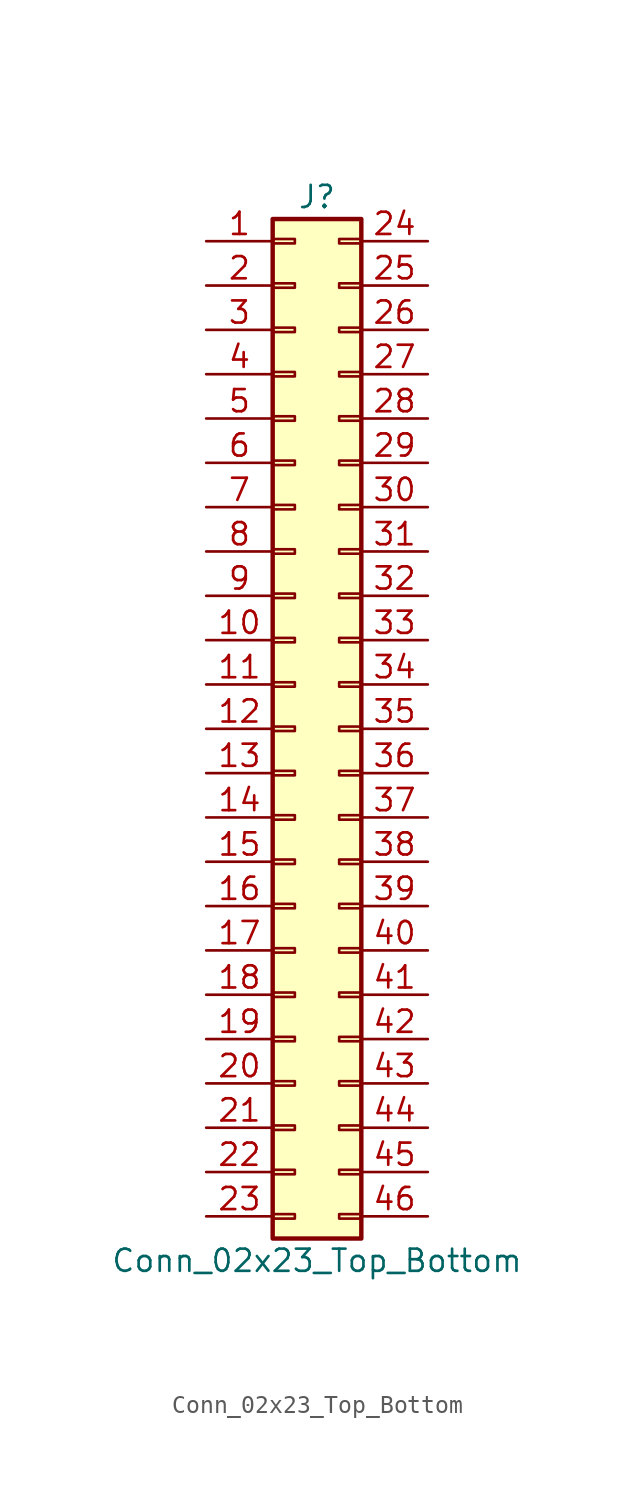
<source format=kicad_sym>
(kicad_symbol_lib
  (version 20211014)
  (generator kicad_symbol_editor)
  (symbol "Conn_02x23_Top_Bottom"
    (pin_names
      (offset 1.016) hide)
    (property "Reference" "J"
      (at 1.27 30.48 0)
      (effects (font (size 1.27 1.27))))
    (property "Value" "Conn_02x23_Top_Bottom"
      (at 1.27 -30.48 0)
      (effects (font (size 1.27 1.27))))
    (symbol "Conn_02x23_Top_Bottom_1_1"
      (rectangle (start -1.27 -27.813) (end 0 -28.067) (stroke (width 0.152) (type default) (color 0 0 0 0)) (fill (type none)))
      (rectangle (start -1.27 -25.273) (end 0 -25.527) (stroke (width 0.152) (type default) (color 0 0 0 0)) (fill (type none)))
      (rectangle (start -1.27 -22.733) (end 0 -22.987) (stroke (width 0.152) (type default) (color 0 0 0 0)) (fill (type none)))
      (rectangle (start -1.27 -20.193) (end 0 -20.447) (stroke (width 0.152) (type default) (color 0 0 0 0)) (fill (type none)))
      (rectangle (start -1.27 -17.653) (end 0 -17.907) (stroke (width 0.152) (type default) (color 0 0 0 0)) (fill (type none)))
      (rectangle (start -1.27 -15.113) (end 0 -15.367) (stroke (width 0.152) (type default) (color 0 0 0 0)) (fill (type none)))
      (rectangle (start -1.27 -12.573) (end 0 -12.827) (stroke (width 0.152) (type default) (color 0 0 0 0)) (fill (type none)))
      (rectangle (start -1.27 -10.033) (end 0 -10.287) (stroke (width 0.152) (type default) (color 0 0 0 0)) (fill (type none)))
      (rectangle (start -1.27 -7.493) (end 0 -7.747) (stroke (width 0.152) (type default) (color 0 0 0 0)) (fill (type none)))
      (rectangle (start -1.27 -4.953) (end 0 -5.207) (stroke (width 0.152) (type default) (color 0 0 0 0)) (fill (type none)))
      (rectangle (start -1.27 -2.413) (end 0 -2.667) (stroke (width 0.152) (type default) (color 0 0 0 0)) (fill (type none)))
      (rectangle (start -1.27 0.127) (end 0 -0.127) (stroke (width 0.152) (type default) (color 0 0 0 0)) (fill (type none)))
      (rectangle (start -1.27 2.667) (end 0 2.413) (stroke (width 0.152) (type default) (color 0 0 0 0)) (fill (type none)))
      (rectangle (start -1.27 5.207) (end 0 4.953) (stroke (width 0.152) (type default) (color 0 0 0 0)) (fill (type none)))
      (rectangle (start -1.27 7.747) (end 0 7.493) (stroke (width 0.152) (type default) (color 0 0 0 0)) (fill (type none)))
      (rectangle (start -1.27 10.287) (end 0 10.033) (stroke (width 0.152) (type default) (color 0 0 0 0)) (fill (type none)))
      (rectangle (start -1.27 12.827) (end 0 12.573) (stroke (width 0.152) (type default) (color 0 0 0 0)) (fill (type none)))
      (rectangle (start -1.27 15.367) (end 0 15.113) (stroke (width 0.152) (type default) (color 0 0 0 0)) (fill (type none)))
      (rectangle (start -1.27 17.907) (end 0 17.653) (stroke (width 0.152) (type default) (color 0 0 0 0)) (fill (type none)))
      (rectangle (start -1.27 20.447) (end 0 20.193) (stroke (width 0.152) (type default) (color 0 0 0 0)) (fill (type none)))
      (rectangle (start -1.27 22.987) (end 0 22.733) (stroke (width 0.152) (type default) (color 0 0 0 0)) (fill (type none)))
      (rectangle (start -1.27 25.527) (end 0 25.273) (stroke (width 0.152) (type default) (color 0 0 0 0)) (fill (type none)))
      (rectangle (start -1.27 28.067) (end 0 27.813) (stroke (width 0.152) (type default) (color 0 0 0 0)) (fill (type none)))
      (rectangle (start -1.27 29.21) (end 3.81 -29.21) (stroke (width 0.254) (type default) (color 0 0 0 0)) (fill (type background)))
      (rectangle (start 3.81 -27.813) (end 2.54 -28.067) (stroke (width 0.152) (type default) (color 0 0 0 0)) (fill (type none)))
      (rectangle (start 3.81 -25.273) (end 2.54 -25.527) (stroke (width 0.152) (type default) (color 0 0 0 0)) (fill (type none)))
      (rectangle (start 3.81 -22.733) (end 2.54 -22.987) (stroke (width 0.152) (type default) (color 0 0 0 0)) (fill (type none)))
      (rectangle (start 3.81 -20.193) (end 2.54 -20.447) (stroke (width 0.152) (type default) (color 0 0 0 0)) (fill (type none)))
      (rectangle (start 3.81 -17.653) (end 2.54 -17.907) (stroke (width 0.152) (type default) (color 0 0 0 0)) (fill (type none)))
      (rectangle (start 3.81 -15.113) (end 2.54 -15.367) (stroke (width 0.152) (type default) (color 0 0 0 0)) (fill (type none)))
      (rectangle (start 3.81 -12.573) (end 2.54 -12.827) (stroke (width 0.152) (type default) (color 0 0 0 0)) (fill (type none)))
      (rectangle (start 3.81 -10.033) (end 2.54 -10.287) (stroke (width 0.152) (type default) (color 0 0 0 0)) (fill (type none)))
      (rectangle (start 3.81 -7.493) (end 2.54 -7.747) (stroke (width 0.152) (type default) (color 0 0 0 0)) (fill (type none)))
      (rectangle (start 3.81 -4.953) (end 2.54 -5.207) (stroke (width 0.152) (type default) (color 0 0 0 0)) (fill (type none)))
      (rectangle (start 3.81 -2.413) (end 2.54 -2.667) (stroke (width 0.152) (type default) (color 0 0 0 0)) (fill (type none)))
      (rectangle (start 3.81 0.127) (end 2.54 -0.127) (stroke (width 0.152) (type default) (color 0 0 0 0)) (fill (type none)))
      (rectangle (start 3.81 2.667) (end 2.54 2.413) (stroke (width 0.152) (type default) (color 0 0 0 0)) (fill (type none)))
      (rectangle (start 3.81 5.207) (end 2.54 4.953) (stroke (width 0.152) (type default) (color 0 0 0 0)) (fill (type none)))
      (rectangle (start 3.81 7.747) (end 2.54 7.493) (stroke (width 0.152) (type default) (color 0 0 0 0)) (fill (type none)))
      (rectangle (start 3.81 10.287) (end 2.54 10.033) (stroke (width 0.152) (type default) (color 0 0 0 0)) (fill (type none)))
      (rectangle (start 3.81 12.827) (end 2.54 12.573) (stroke (width 0.152) (type default) (color 0 0 0 0)) (fill (type none)))
      (rectangle (start 3.81 15.367) (end 2.54 15.113) (stroke (width 0.152) (type default) (color 0 0 0 0)) (fill (type none)))
      (rectangle (start 3.81 17.907) (end 2.54 17.653) (stroke (width 0.152) (type default) (color 0 0 0 0)) (fill (type none)))
      (rectangle (start 3.81 20.447) (end 2.54 20.193) (stroke (width 0.152) (type default) (color 0 0 0 0)) (fill (type none)))
      (rectangle (start 3.81 22.987) (end 2.54 22.733) (stroke (width 0.152) (type default) (color 0 0 0 0)) (fill (type none)))
      (rectangle (start 3.81 25.527) (end 2.54 25.273) (stroke (width 0.152) (type default) (color 0 0 0 0)) (fill (type none)))
      (rectangle (start 3.81 28.067) (end 2.54 27.813) (stroke (width 0.152) (type default) (color 0 0 0 0)) (fill (type none)))
      (pin passive line (at -5.08 27.94 0) (length 3.81) (name "Pin_1" (effects (font (size 1.27 1.27)))) (number "1" (effects (font (size 1.27 1.27)))))
      (pin passive line (at -5.08 5.08 0) (length 3.81) (name "Pin_10" (effects (font (size 1.27 1.27)))) (number "10" (effects (font (size 1.27 1.27)))))
      (pin passive line (at -5.08 2.54 0) (length 3.81) (name "Pin_11" (effects (font (size 1.27 1.27)))) (number "11" (effects (font (size 1.27 1.27)))))
      (pin passive line (at -5.08 0 0) (length 3.81) (name "Pin_12" (effects (font (size 1.27 1.27)))) (number "12" (effects (font (size 1.27 1.27)))))
      (pin passive line (at -5.08 -2.54 0) (length 3.81) (name "Pin_13" (effects (font (size 1.27 1.27)))) (number "13" (effects (font (size 1.27 1.27)))))
      (pin passive line (at -5.08 -5.08 0) (length 3.81) (name "Pin_14" (effects (font (size 1.27 1.27)))) (number "14" (effects (font (size 1.27 1.27)))))
      (pin passive line (at -5.08 -7.62 0) (length 3.81) (name "Pin_15" (effects (font (size 1.27 1.27)))) (number "15" (effects (font (size 1.27 1.27)))))
      (pin passive line (at -5.08 -10.16 0) (length 3.81) (name "Pin_16" (effects (font (size 1.27 1.27)))) (number "16" (effects (font (size 1.27 1.27)))))
      (pin passive line (at -5.08 -12.7 0) (length 3.81) (name "Pin_17" (effects (font (size 1.27 1.27)))) (number "17" (effects (font (size 1.27 1.27)))))
      (pin passive line (at -5.08 -15.24 0) (length 3.81) (name "Pin_18" (effects (font (size 1.27 1.27)))) (number "18" (effects (font (size 1.27 1.27)))))
      (pin passive line (at -5.08 -17.78 0) (length 3.81) (name "Pin_19" (effects (font (size 1.27 1.27)))) (number "19" (effects (font (size 1.27 1.27)))))
      (pin passive line (at -5.08 25.4 0) (length 3.81) (name "Pin_2" (effects (font (size 1.27 1.27)))) (number "2" (effects (font (size 1.27 1.27)))))
      (pin passive line (at -5.08 -20.32 0) (length 3.81) (name "Pin_20" (effects (font (size 1.27 1.27)))) (number "20" (effects (font (size 1.27 1.27)))))
      (pin passive line (at -5.08 -22.86 0) (length 3.81) (name "Pin_21" (effects (font (size 1.27 1.27)))) (number "21" (effects (font (size 1.27 1.27)))))
      (pin passive line (at -5.08 -25.4 0) (length 3.81) (name "Pin_22" (effects (font (size 1.27 1.27)))) (number "22" (effects (font (size 1.27 1.27)))))
      (pin passive line (at -5.08 -27.94 0) (length 3.81) (name "Pin_23" (effects (font (size 1.27 1.27)))) (number "23" (effects (font (size 1.27 1.27)))))
      (pin passive line (at 7.62 27.94 180) (length 3.81) (name "Pin_24" (effects (font (size 1.27 1.27)))) (number "24" (effects (font (size 1.27 1.27)))))
      (pin passive line (at 7.62 25.4 180) (length 3.81) (name "Pin_25" (effects (font (size 1.27 1.27)))) (number "25" (effects (font (size 1.27 1.27)))))
      (pin passive line (at 7.62 22.86 180) (length 3.81) (name "Pin_26" (effects (font (size 1.27 1.27)))) (number "26" (effects (font (size 1.27 1.27)))))
      (pin passive line (at 7.62 20.32 180) (length 3.81) (name "Pin_27" (effects (font (size 1.27 1.27)))) (number "27" (effects (font (size 1.27 1.27)))))
      (pin passive line (at 7.62 17.78 180) (length 3.81) (name "Pin_28" (effects (font (size 1.27 1.27)))) (number "28" (effects (font (size 1.27 1.27)))))
      (pin passive line (at 7.62 15.24 180) (length 3.81) (name "Pin_29" (effects (font (size 1.27 1.27)))) (number "29" (effects (font (size 1.27 1.27)))))
      (pin passive line (at -5.08 22.86 0) (length 3.81) (name "Pin_3" (effects (font (size 1.27 1.27)))) (number "3" (effects (font (size 1.27 1.27)))))
      (pin passive line (at 7.62 12.7 180) (length 3.81) (name "Pin_30" (effects (font (size 1.27 1.27)))) (number "30" (effects (font (size 1.27 1.27)))))
      (pin passive line (at 7.62 10.16 180) (length 3.81) (name "Pin_31" (effects (font (size 1.27 1.27)))) (number "31" (effects (font (size 1.27 1.27)))))
      (pin passive line (at 7.62 7.62 180) (length 3.81) (name "Pin_32" (effects (font (size 1.27 1.27)))) (number "32" (effects (font (size 1.27 1.27)))))
      (pin passive line (at 7.62 5.08 180) (length 3.81) (name "Pin_33" (effects (font (size 1.27 1.27)))) (number "33" (effects (font (size 1.27 1.27)))))
      (pin passive line (at 7.62 2.54 180) (length 3.81) (name "Pin_34" (effects (font (size 1.27 1.27)))) (number "34" (effects (font (size 1.27 1.27)))))
      (pin passive line (at 7.62 0 180) (length 3.81) (name "Pin_35" (effects (font (size 1.27 1.27)))) (number "35" (effects (font (size 1.27 1.27)))))
      (pin passive line (at 7.62 -2.54 180) (length 3.81) (name "Pin_36" (effects (font (size 1.27 1.27)))) (number "36" (effects (font (size 1.27 1.27)))))
      (pin passive line (at 7.62 -5.08 180) (length 3.81) (name "Pin_37" (effects (font (size 1.27 1.27)))) (number "37" (effects (font (size 1.27 1.27)))))
      (pin passive line (at 7.62 -7.62 180) (length 3.81) (name "Pin_38" (effects (font (size 1.27 1.27)))) (number "38" (effects (font (size 1.27 1.27)))))
      (pin passive line (at 7.62 -10.16 180) (length 3.81) (name "Pin_39" (effects (font (size 1.27 1.27)))) (number "39" (effects (font (size 1.27 1.27)))))
      (pin passive line (at -5.08 20.32 0) (length 3.81) (name "Pin_4" (effects (font (size 1.27 1.27)))) (number "4" (effects (font (size 1.27 1.27)))))
      (pin passive line (at 7.62 -12.7 180) (length 3.81) (name "Pin_40" (effects (font (size 1.27 1.27)))) (number "40" (effects (font (size 1.27 1.27)))))
      (pin passive line (at 7.62 -15.24 180) (length 3.81) (name "Pin_41" (effects (font (size 1.27 1.27)))) (number "41" (effects (font (size 1.27 1.27)))))
      (pin passive line (at 7.62 -17.78 180) (length 3.81) (name "Pin_42" (effects (font (size 1.27 1.27)))) (number "42" (effects (font (size 1.27 1.27)))))
      (pin passive line (at 7.62 -20.32 180) (length 3.81) (name "Pin_43" (effects (font (size 1.27 1.27)))) (number "43" (effects (font (size 1.27 1.27)))))
      (pin passive line (at 7.62 -22.86 180) (length 3.81) (name "Pin_44" (effects (font (size 1.27 1.27)))) (number "44" (effects (font (size 1.27 1.27)))))
      (pin passive line (at 7.62 -25.4 180) (length 3.81) (name "Pin_45" (effects (font (size 1.27 1.27)))) (number "45" (effects (font (size 1.27 1.27)))))
      (pin passive line (at 7.62 -27.94 180) (length 3.81) (name "Pin_46" (effects (font (size 1.27 1.27)))) (number "46" (effects (font (size 1.27 1.27)))))
      (pin passive line (at -5.08 17.78 0) (length 3.81) (name "Pin_5" (effects (font (size 1.27 1.27)))) (number "5" (effects (font (size 1.27 1.27)))))
      (pin passive line (at -5.08 15.24 0) (length 3.81) (name "Pin_6" (effects (font (size 1.27 1.27)))) (number "6" (effects (font (size 1.27 1.27)))))
      (pin passive line (at -5.08 12.7 0) (length 3.81) (name "Pin_7" (effects (font (size 1.27 1.27)))) (number "7" (effects (font (size 1.27 1.27)))))
      (pin passive line (at -5.08 10.16 0) (length 3.81) (name "Pin_8" (effects (font (size 1.27 1.27)))) (number "8" (effects (font (size 1.27 1.27)))))
      (pin passive line (at -5.08 7.62 0) (length 3.81) (name "Pin_9" (effects (font (size 1.27 1.27)))) (number "9" (effects (font (size 1.27 1.27))))))))
</source>
